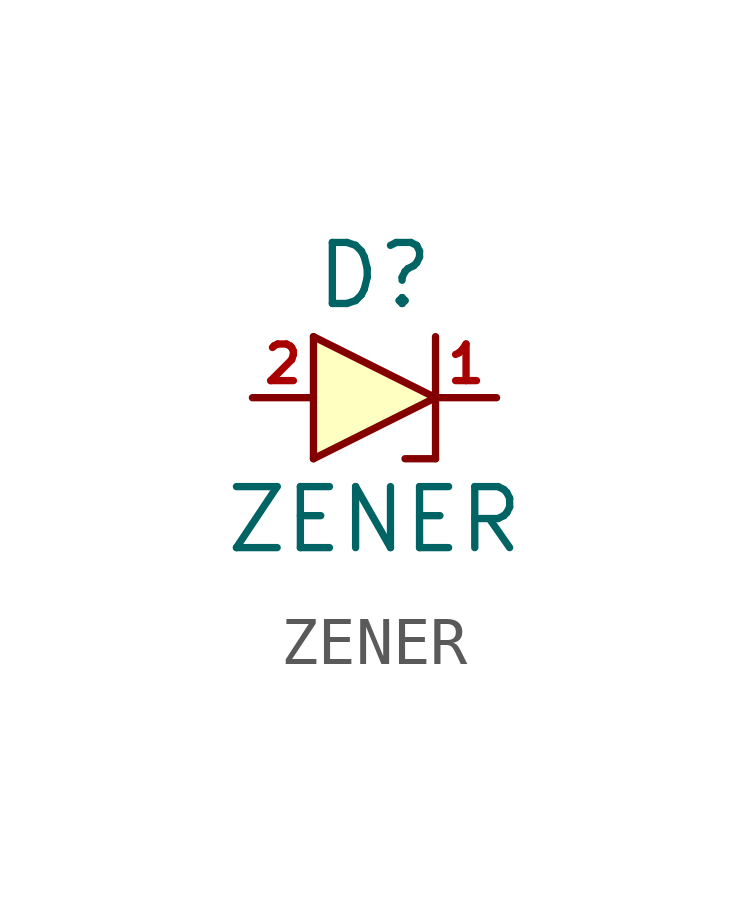
<source format=kicad_sym>
(kicad_symbol_lib
  (version 20231120)
  (generator "kicad_symbol_editor")
  (generator_version "8.0")
  (symbol "ZENER"
    (pin_names
      (offset 1.016) hide)
    (property "Reference" "D"
      (at 0 2.54 0)
      (effects (font (size 1.27 1.27))))
    (property "Value" "ZENER"
      (at 0 -2.54 0)
      (effects (font (size 1.27 1.27))))
    (property "Datasheet" ""
      (at 0 0 0)
      (effects (font (size 1.524 1.524))))
    (symbol "ZENER_0_1"
      (polyline (pts (xy 1.27 1.27) (xy 1.27 -1.27)) (stroke (width 0) (type default)) (fill (type none)))
      (polyline (pts (xy -1.27 1.27) (xy -1.27 -1.27) (xy -1.27 -1.27)) (stroke (width 0) (type default)) (fill (type none)))
      (polyline (pts (xy -1.27 1.27) (xy 1.27 0) (xy -1.27 -1.27)) (stroke (width 0) (type default)) (fill (type background)))
      (polyline (pts (xy 1.27 -1.27) (xy 0.635 -1.27) (xy 0.635 -1.27)) (stroke (width 0) (type default)) (fill (type none))))
    (symbol "ZENER_1_1"
      (pin passive line (at 2.54 0 180) (length 1.27) (name "K" (effects (font (size 1.016 1.016)))) (number "1" (effects (font (size 0.762 0.762)))))
      (pin passive line (at -2.54 0 0) (length 1.27) (name "A" (effects (font (size 1.016 1.016)))) (number "2" (effects (font (size 0.762 0.762))))))))
</source>
